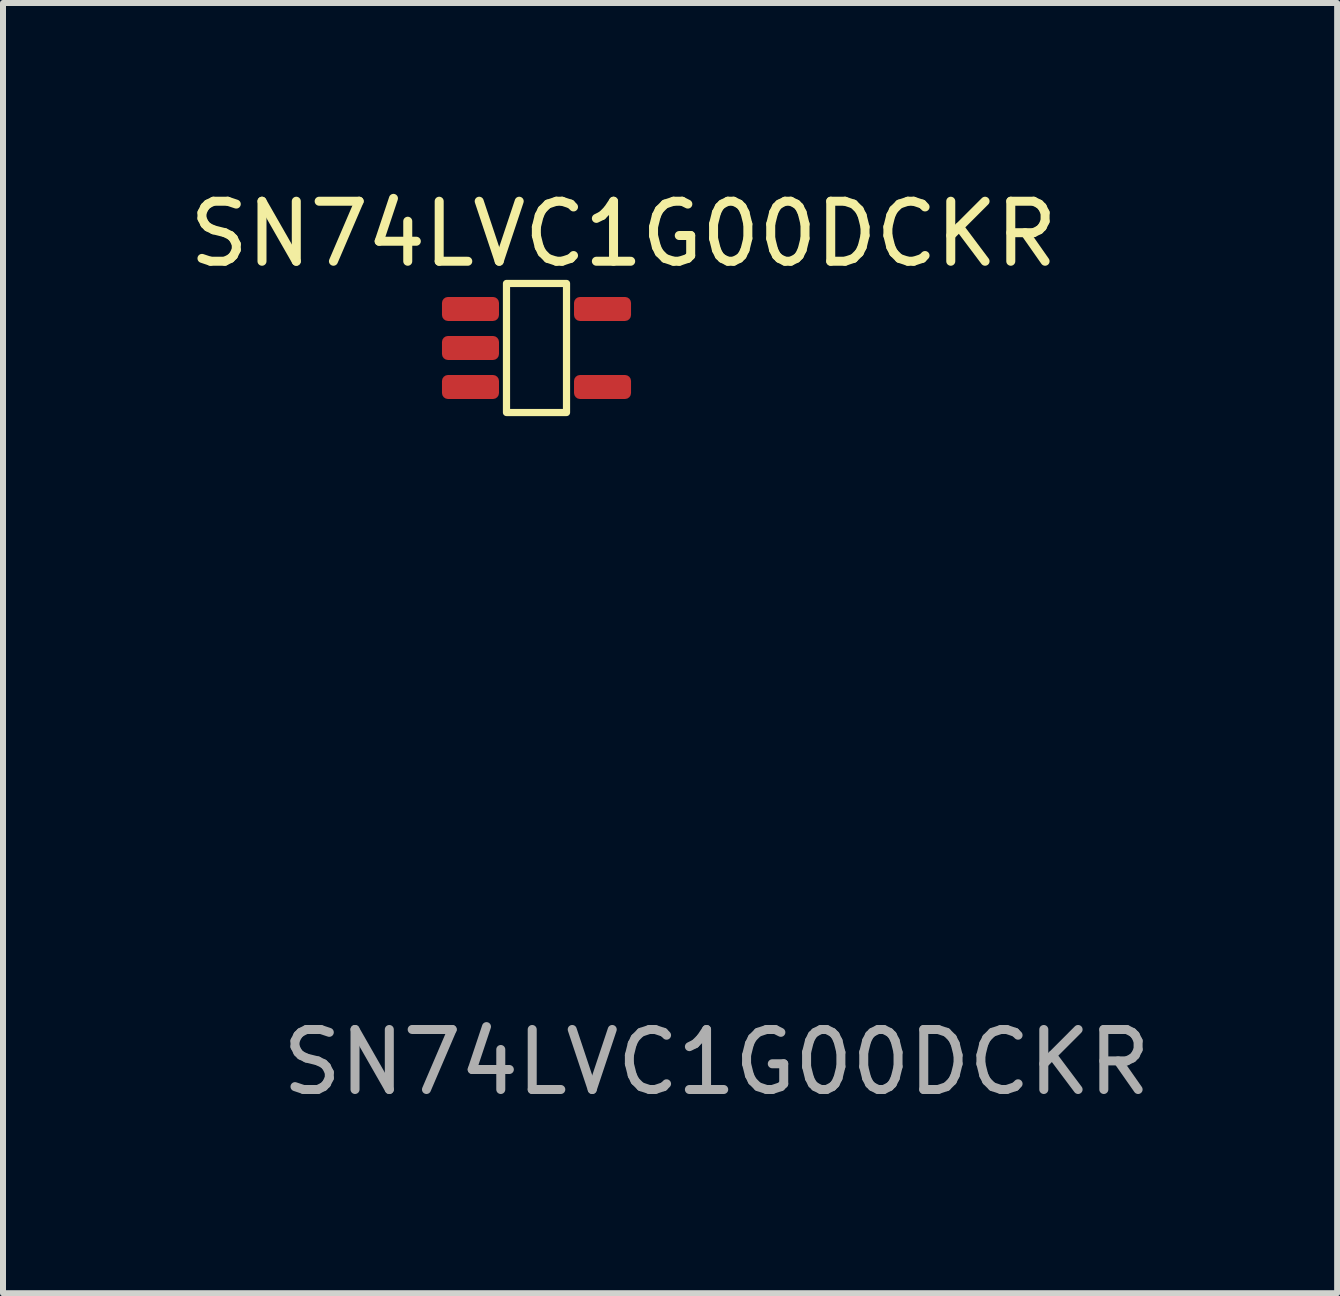
<source format=kicad_pcb>
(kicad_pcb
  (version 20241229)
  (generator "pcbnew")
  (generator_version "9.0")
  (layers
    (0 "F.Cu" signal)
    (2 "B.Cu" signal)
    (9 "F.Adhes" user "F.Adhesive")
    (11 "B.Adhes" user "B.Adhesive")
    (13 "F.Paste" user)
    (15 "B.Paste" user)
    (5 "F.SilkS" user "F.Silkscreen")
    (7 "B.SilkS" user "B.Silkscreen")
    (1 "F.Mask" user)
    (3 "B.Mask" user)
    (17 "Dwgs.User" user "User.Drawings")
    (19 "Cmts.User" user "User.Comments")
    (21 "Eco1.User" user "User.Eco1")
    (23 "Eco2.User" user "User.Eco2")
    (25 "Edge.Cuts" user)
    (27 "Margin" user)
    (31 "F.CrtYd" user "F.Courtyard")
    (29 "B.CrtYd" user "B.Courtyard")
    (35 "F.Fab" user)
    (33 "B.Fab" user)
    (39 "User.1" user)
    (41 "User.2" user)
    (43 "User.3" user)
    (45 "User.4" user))
  (footprint "SN74LVC1G00DCKR"
    (layer "F.Cu")
    (at 4.789 2.098)
    (property "Reference" "SN74LVC1G00DCKR" (at 2.55 -1.25 0) (unlocked yes) (layer "F.SilkS") (effects (font (size 1 1) (thickness 0.15))))
    (attr smd)
    (fp_rect (start 0.6 -0.425) (end 1.6 1.725) (stroke (width 0.12) (type solid)) (fill no) (layer "F.SilkS"))
    (fp_text user "${REFERENCE}" (at 4.1 12.55 0) (unlocked yes) (layer "F.Fab") (effects (font (size 1 1) (thickness 0.15))))
    (pad "1" smd roundrect (at 0 0) (size 0.95 0.4) (layers "F.Cu" "F.Mask" "F.Paste") (roundrect_rratio 0.25))
    (pad "2" smd roundrect (at 0 0.65) (size 0.95 0.4) (layers "F.Cu" "F.Mask" "F.Paste") (roundrect_rratio 0.25))
    (pad "3" smd roundrect (at 0 1.3) (size 0.95 0.4) (layers "F.Cu" "F.Mask" "F.Paste") (roundrect_rratio 0.25))
    (pad "4" smd roundrect (at 2.2 1.3) (size 0.95 0.4) (layers "F.Cu" "F.Mask" "F.Paste") (roundrect_rratio 0.25))
    (pad "5" smd roundrect (at 2.2 0) (size 0.95 0.4) (layers "F.Cu" "F.Mask" "F.Paste") (roundrect_rratio 0.25))
    (zone (net_name "") (layer "F.Cu") (hatch edge 0.508) (connect_pads) (min_thickness 0.254) (filled_areas_thickness no) (keepout (tracks not_allowed) (vias not_allowed) (pads allowed) (copperpour allowed) (footprints allowed)) (placement (enabled no)) (fill) (polygon (pts (xy 3.989 3.923) (xy 4.314 3.923) (xy 4.314 3.348) (xy 5.264 3.323) (xy 5.264 3.923) (xy 7.739 3.923) (xy 7.739 4.673) (xy 3.989 4.673))))
    (zone (net_name "") (layer "F.Cu") (hatch edge 0.508) (connect_pads) (min_thickness 0.254) (filled_areas_thickness no) (keepout (tracks not_allowed) (vias not_allowed) (pads allowed) (copperpour allowed) (footprints allowed)) (placement (enabled no)) (fill) (polygon (pts (xy 7.789 1.598) (xy 7.464 1.598) (xy 7.464 2.173) (xy 6.514 2.198) (xy 6.514 1.598) (xy 4.039 1.598) (xy 4.039 0.848) (xy 7.789 0.848)))))
  (gr_rect
    (start -3 -3)
    (end 19.229 18.497)
    (stroke (width 0.1) (type default))
    (fill no)
    (layer "Edge.Cuts")))
</source>
